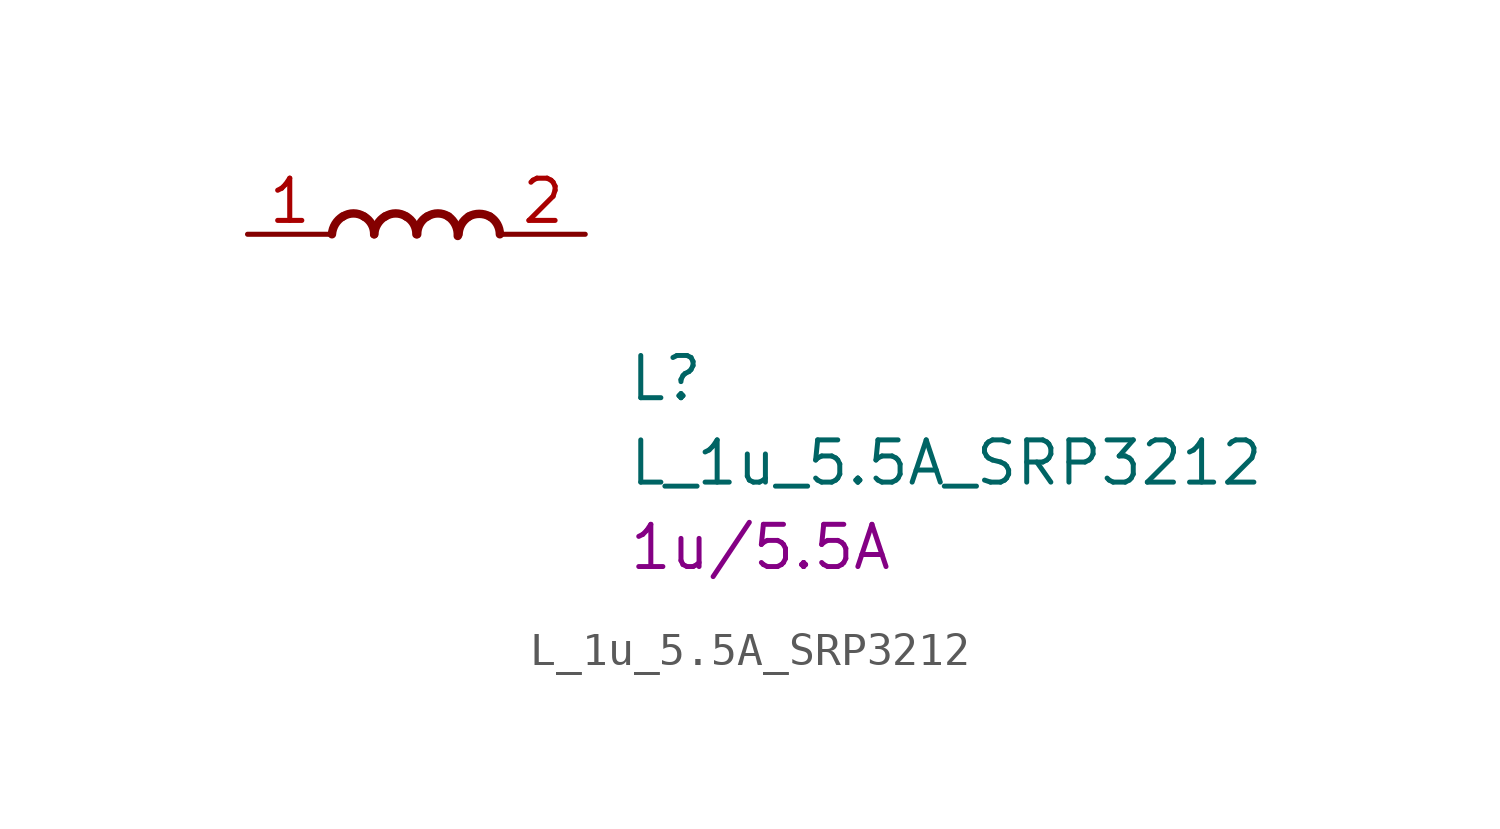
<source format=kicad_sym>
(kicad_symbol_lib
  (version 20211014)
  (generator kicad_symbol_editor)
  (symbol "L_1u_5.5A_SRP3212"
    (pin_names hide)
    (property "Reference" "L"
      (at 11.43 -5.08 0)
      (effects (font (size 1.27 1.27) (thickness 0.15)) (justify left bottom)))
    (property "Value" "L_1u_5.5A_SRP3212"
      (at 11.43 -7.62 0)
      (effects (font (size 1.27 1.27) (thickness 0.15)) (justify left bottom)))
    (property "Val" "1u/5.5A"
      (at 11.43 -10.16 0)
      (effects (font (size 1.27 1.27) (thickness 0.15)) (justify left bottom)))
    (symbol "L_1u_5.5A_SRP3212_1_1"
      (arc (start 2.8702 0.5334) (mid 2.6436 0.3084) (end 2.54 0) (stroke (width 0.254) (type default) (color 0 0 0 0)) (fill (type none)))
      (arc (start 3.5052 0.5334) (mid 3.186 0.6272) (end 2.8702 0.5334) (stroke (width 0.254) (type default) (color 0 0 0 0)) (fill (type none)))
      (arc (start 3.81 0) (mid 3.7297 0.309) (end 3.5052 0.5334) (stroke (width 0.254) (type default) (color 0 0 0 0)) (fill (type none)))
      (arc (start 4.1402 0.5334) (mid 3.9136 0.3084) (end 3.81 0) (stroke (width 0.254) (type default) (color 0 0 0 0)) (fill (type none)))
      (arc (start 4.7752 0.5334) (mid 4.456 0.6272) (end 4.1402 0.5334) (stroke (width 0.254) (type default) (color 0 0 0 0)) (fill (type none)))
      (arc (start 5.08 0) (mid 4.9997 0.309) (end 4.7752 0.5334) (stroke (width 0.254) (type default) (color 0 0 0 0)) (fill (type none)))
      (arc (start 5.4102 0.5334) (mid 5.1836 0.3084) (end 5.1054 0) (stroke (width 0.254) (type default) (color 0 0 0 0)) (fill (type none)))
      (arc (start 6.0452 0.5334) (mid 5.726 0.6272) (end 5.4102 0.5334) (stroke (width 0.254) (type default) (color 0 0 0 0)) (fill (type none)))
      (arc (start 6.3246 -0.0508) (mid 6.2613 0.2752) (end 6.0452 0.5334) (stroke (width 0.254) (type default) (color 0 0 0 0)) (fill (type none)))
      (arc (start 6.6548 0.5334) (mid 6.437 0.3053) (end 6.35 0) (stroke (width 0.254) (type default) (color 0 0 0 0)) (fill (type none)))
      (arc (start 7.2898 0.5334) (mid 6.9742 0.6142) (end 6.6548 0.5334) (stroke (width 0.254) (type default) (color 0 0 0 0)) (fill (type none)))
      (arc (start 7.5946 0) (mid 7.5122 0.306) (end 7.2898 0.5334) (stroke (width 0.254) (type default) (color 0 0 0 0)) (fill (type none)))
      (pin passive line (at 0 0 0) (length 2.54) (name "1" (effects (font (size 1.27 1.27)))) (number "1" (effects (font (size 1.27 1.27)))))
      (pin passive line (at 10.16 0 180) (length 2.54) (name "2" (effects (font (size 1.27 1.27)))) (number "2" (effects (font (size 1.27 1.27))))))))
</source>
